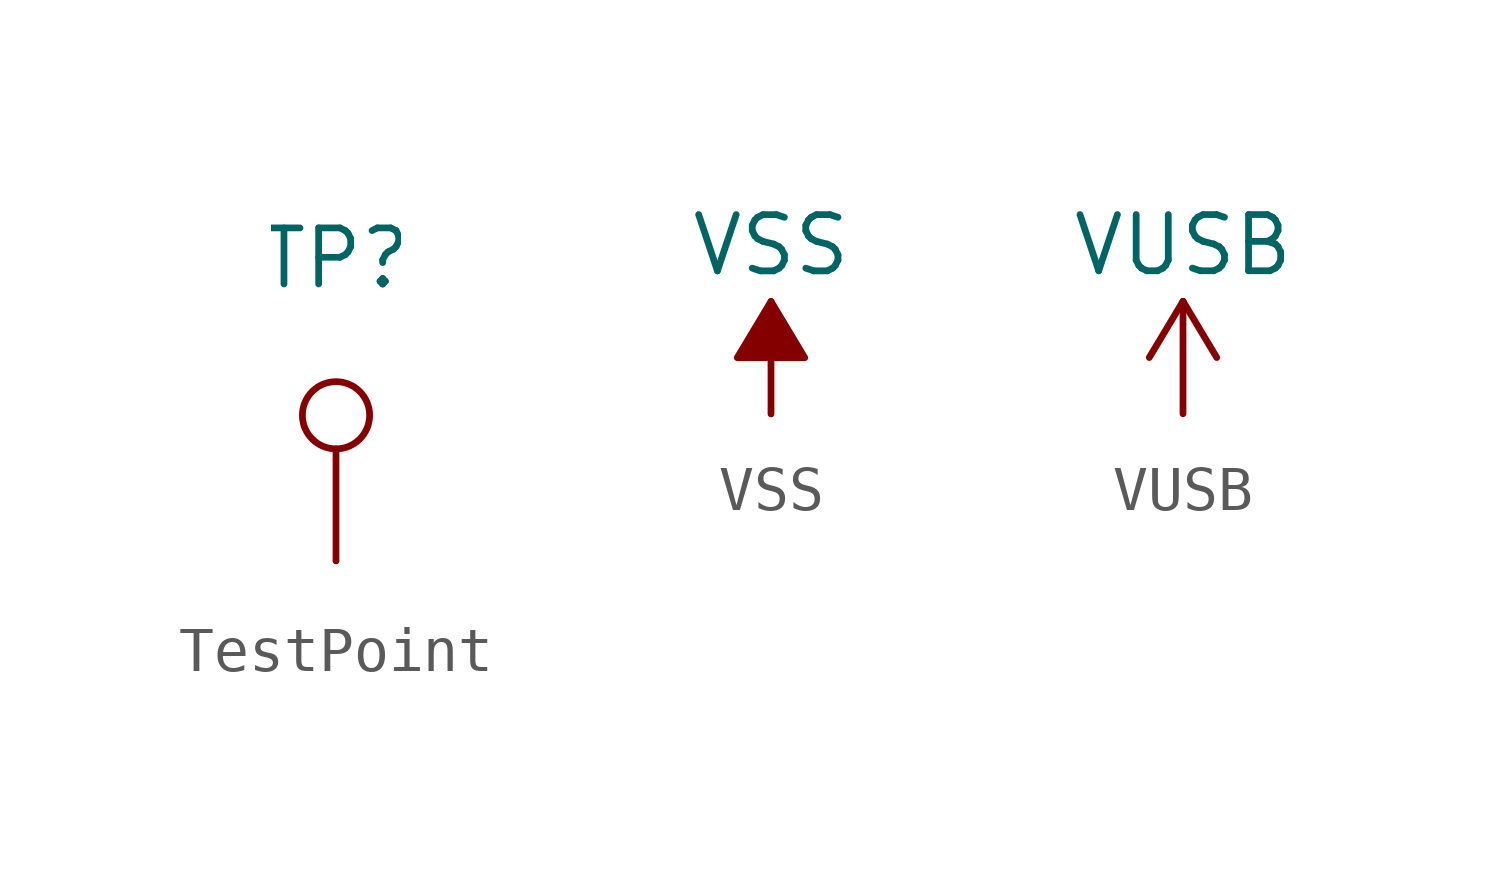
<source format=kicad_sym>
(kicad_symbol_lib
  (version 20231120)
  (generator "kicad_symbol_editor")
  (generator_version "8.0")
  (symbol "TestPoint"
    (pin_numbers hide)
    (pin_names
      (offset 0.762) hide)
    (property "Reference" "TP"
      (at 0 6.858 0)
      (effects (font (size 1.27 1.27))))
    (symbol "TestPoint_0_1"
      (circle (center 0 3.302) (radius 0.762) (stroke (width 0) (type default)) (fill (type none))))
    (symbol "TestPoint_1_1"
      (pin passive line (at 0 0 90) (length 2.54) (name "1" (effects (font (size 1.27 1.27)))) (number "1" (effects (font (size 1.27 1.27)))))))
  (symbol "VSS"
    (power)
    (pin_names
      (offset 0))
    (property "Reference" "#PWR"
      (at 0 -3.81 0)
      (effects (font (size 1.27 1.27)) (hide yes)))
    (property "Value" "VSS"
      (at 0 3.81 0)
      (effects (font (size 1.27 1.27))))
    (symbol "VSS_0_1"
      (polyline (pts (xy 0 0) (xy 0 2.54)) (stroke (width 0) (type default)) (fill (type none)))
      (polyline (pts (xy 0.762 1.27) (xy -0.762 1.27) (xy 0 2.54) (xy 0.762 1.27)) (stroke (width 0) (type default)) (fill (type outline))))
    (symbol "VSS_1_1"
      (pin power_in line (at 0 0 90) (length 0) hide (name "VSS" (effects (font (size 1.27 1.27)))) (number "1" (effects (font (size 1.27 1.27)))))))
  (symbol "VUSB"
    (power)
    (pin_names
      (offset 0))
    (property "Reference" "#PWR"
      (at 0 -3.81 0)
      (effects (font (size 1.27 1.27)) (hide yes)))
    (property "Value" "VUSB"
      (at 0 3.81 0)
      (effects (font (size 1.27 1.27))))
    (symbol "VUSB_0_1"
      (polyline (pts (xy -0.762 1.27) (xy 0 2.54)) (stroke (width 0) (type default)) (fill (type none)))
      (polyline (pts (xy 0 0) (xy 0 2.54)) (stroke (width 0) (type default)) (fill (type none)))
      (polyline (pts (xy 0 2.54) (xy 0.762 1.27)) (stroke (width 0) (type default)) (fill (type none))))
    (symbol "VUSB_1_1"
      (pin power_in line (at 0 0 90) (length 0) hide (name "VUSB" (effects (font (size 1.27 1.27)))) (number "1" (effects (font (size 1.27 1.27))))))))
</source>
